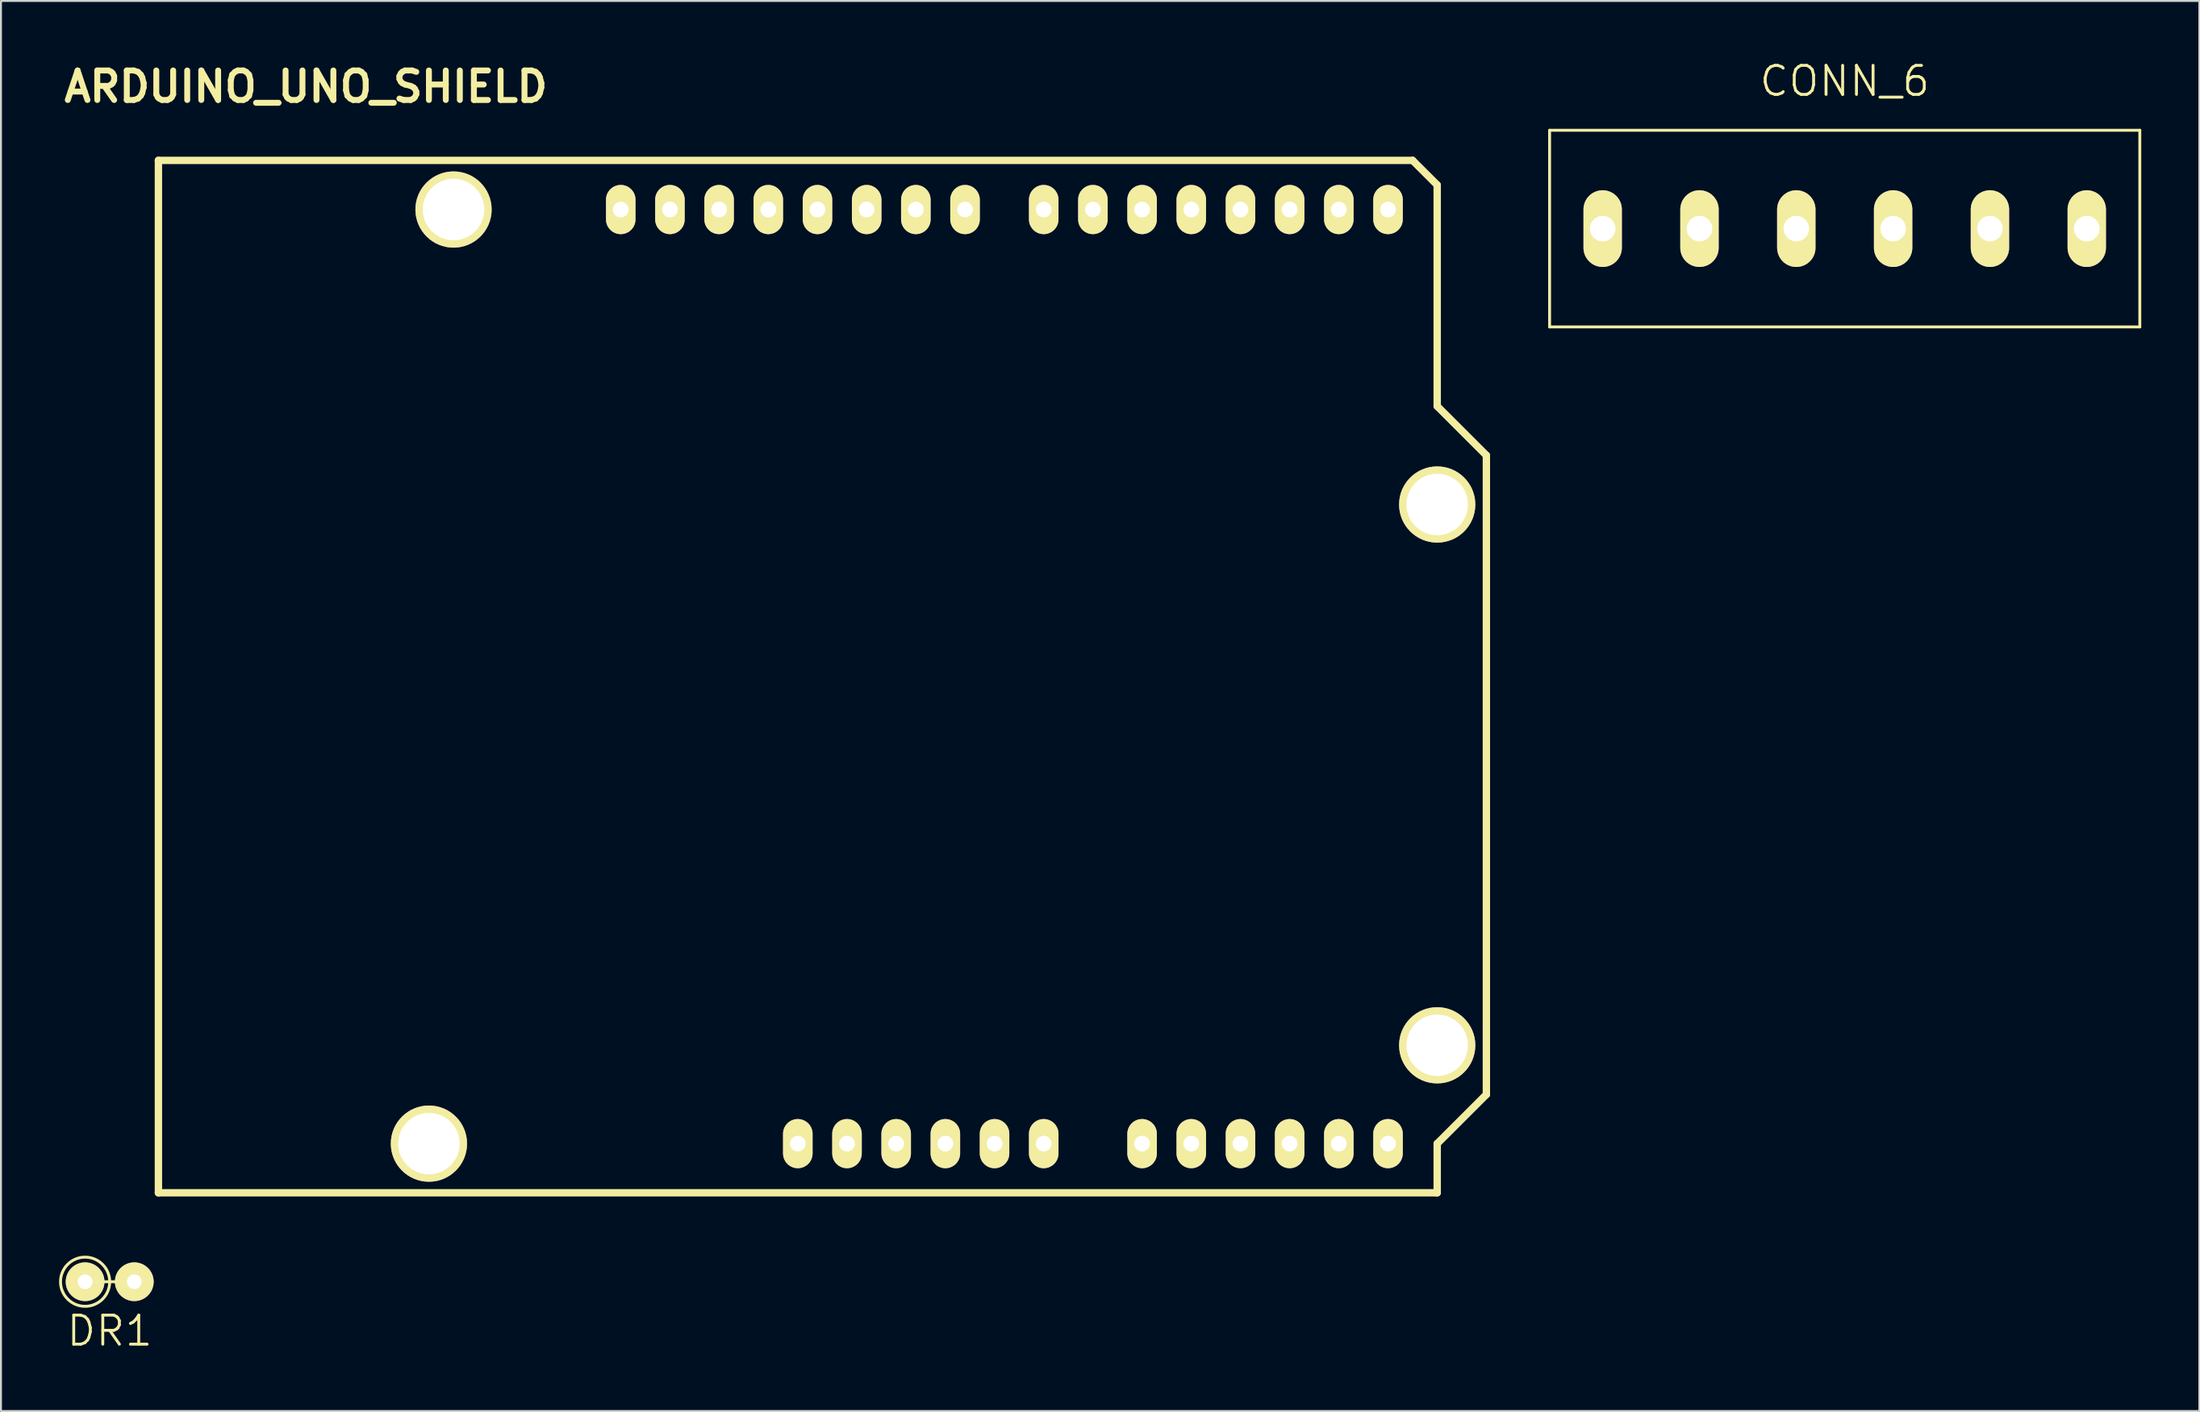
<source format=kicad_pcb>
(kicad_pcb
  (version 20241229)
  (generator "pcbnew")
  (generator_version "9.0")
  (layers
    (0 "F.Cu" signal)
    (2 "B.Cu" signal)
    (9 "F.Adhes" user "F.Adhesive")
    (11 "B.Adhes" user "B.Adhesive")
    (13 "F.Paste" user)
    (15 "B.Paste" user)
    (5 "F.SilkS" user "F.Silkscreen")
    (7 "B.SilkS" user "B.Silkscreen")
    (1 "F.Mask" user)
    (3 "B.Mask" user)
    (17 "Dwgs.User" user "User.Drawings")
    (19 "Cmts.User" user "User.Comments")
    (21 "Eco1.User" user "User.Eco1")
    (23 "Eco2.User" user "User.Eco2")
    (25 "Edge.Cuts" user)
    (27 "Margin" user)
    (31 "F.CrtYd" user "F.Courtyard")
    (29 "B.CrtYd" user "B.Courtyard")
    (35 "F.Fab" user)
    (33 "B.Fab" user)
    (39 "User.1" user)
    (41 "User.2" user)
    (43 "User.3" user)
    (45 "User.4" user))
  (footprint "CONN_6"
    (layer "F.Cu")
    (at 92.216 8.761)
    (property "Reference" "CONN_6" (at 0 -7.62 0) (layer "F.SilkS") (effects (font (size 1.5 1.5) (thickness 0.15))))
    (attr through_hole)
    (fp_line (start -15.24 -5.08) (end 15.24 -5.08) (stroke (width 0.15) (type solid)) (layer "F.SilkS"))
    (fp_line (start -15.24 5.08) (end -15.24 -5.08) (stroke (width 0.15) (type solid)) (layer "F.SilkS"))
    (fp_line (start 15.24 -5.08) (end 15.24 5.08) (stroke (width 0.15) (type solid)) (layer "F.SilkS"))
    (fp_line (start 15.24 5.08) (end -15.24 5.08) (stroke (width 0.15) (type solid)) (layer "F.SilkS"))
    (pad "1" thru_hole oval (at -12.5 0) (size 1.981 3.962) (drill 1.321) (layers "*.Cu" "*.Mask" "F.SilkS"))
    (pad "2" thru_hole oval (at -7.5 0) (size 1.981 3.962) (drill 1.321) (layers "*.Cu" "*.Mask" "F.SilkS"))
    (pad "3" thru_hole oval (at -2.5 0) (size 1.981 3.962) (drill 1.321) (layers "*.Cu" "*.Mask" "F.SilkS"))
    (pad "4" thru_hole oval (at 2.5 0) (size 1.981 3.962) (drill 1.321) (layers "*.Cu" "*.Mask" "F.SilkS"))
    (pad "5" thru_hole oval (at 7.5 0) (size 1.981 3.962) (drill 1.321) (layers "*.Cu" "*.Mask" "F.SilkS"))
    (pad "6" thru_hole oval (at 12.5 0) (size 1.981 3.962) (drill 1.321) (layers "*.Cu" "*.Mask" "F.SilkS")))
  (footprint "DR1"
    (layer "F.Cu")
    (at 2.615 63.171)
    (property "Reference" "DR1" (at 0 2.54 0) (layer "F.SilkS") (effects (font (size 1.5 1.5) (thickness 0.15))))
    (attr through_hole)
    (fp_line (start -1.27 0) (end 1.27 0) (stroke (width 0.15) (type solid)) (layer "F.SilkS"))
    (fp_circle (center -1.27 0) (end -2.54 0) (stroke (width 0.15) (type solid)) (fill no) (layer "F.SilkS"))
    (pad "1" thru_hole circle (at -1.27 0) (size 2 2) (drill 0.762) (layers "*.Cu" "*.Mask" "F.SilkS"))
    (pad "2" thru_hole circle (at 1.27 0) (size 2 2) (drill 0.762) (layers "*.Cu" "*.Mask" "F.SilkS")))
  (footprint "ARDUINO_UNO_SHIELD"
    (layer "F.Cu")
    (at 5.131 58.576)
    (property "Reference" "ARDUINO_UNO_SHIELD" (at 7.62 -57.15 0) (layer "F.SilkS") (effects (font (size 1.524 1.524) (thickness 0.305))))
    (attr through_hole)
    (fp_line (start 0 0) (end 0 -53.34) (stroke (width 0.381) (type solid)) (layer "F.SilkS"))
    (fp_line (start 64.77 -53.34) (end 0 -53.34) (stroke (width 0.381) (type solid)) (layer "F.SilkS"))
    (fp_line (start 66.04 -52.07) (end 64.77 -53.34) (stroke (width 0.381) (type solid)) (layer "F.SilkS"))
    (fp_line (start 66.04 -40.64) (end 66.04 -52.07) (stroke (width 0.381) (type solid)) (layer "F.SilkS"))
    (fp_line (start 66.04 -40.64) (end 68.58 -38.1) (stroke (width 0.381) (type solid)) (layer "F.SilkS"))
    (fp_line (start 66.04 -2.54) (end 66.04 0) (stroke (width 0.381) (type solid)) (layer "F.SilkS"))
    (fp_line (start 66.04 0) (end 0 0) (stroke (width 0.381) (type solid)) (layer "F.SilkS"))
    (fp_line (start 68.58 -38.1) (end 68.58 -5.08) (stroke (width 0.381) (type solid)) (layer "F.SilkS"))
    (fp_line (start 68.58 -5.08) (end 66.04 -2.54) (stroke (width 0.381) (type solid)) (layer "F.SilkS"))
    (pad "" thru_hole circle (at 13.97 -2.54 90) (size 3.937 3.937) (drill 3.175) (layers "*.Cu" "*.Mask" "F.SilkS"))
    (pad "" thru_hole circle (at 15.24 -50.8 90) (size 3.937 3.937) (drill 3.175) (layers "*.Cu" "*.Mask" "F.SilkS"))
    (pad "" thru_hole circle (at 66.04 -35.56 90) (size 3.937 3.937) (drill 3.175) (layers "*.Cu" "*.Mask" "F.SilkS"))
    (pad "" thru_hole circle (at 66.04 -7.62 90) (size 3.937 3.937) (drill 3.175) (layers "*.Cu" "*.Mask" "F.SilkS"))
    (pad "0" thru_hole oval (at 63.5 -50.8 90) (size 2.54 1.524) (drill 0.813) (layers "*.Cu" "*.Mask" "F.SilkS"))
    (pad "1" thru_hole oval (at 60.96 -50.8 90) (size 2.54 1.524) (drill 0.813) (layers "*.Cu" "*.Mask" "F.SilkS"))
    (pad "2" thru_hole oval (at 58.42 -50.8 90) (size 2.54 1.524) (drill 0.813) (layers "*.Cu" "*.Mask" "F.SilkS"))
    (pad "3" thru_hole oval (at 55.88 -50.8 90) (size 2.54 1.524) (drill 0.813) (layers "*.Cu" "*.Mask" "F.SilkS"))
    (pad "3V3" thru_hole oval (at 35.56 -2.54 90) (size 2.54 1.524) (drill 0.813) (layers "*.Cu" "*.Mask" "F.SilkS"))
    (pad "4" thru_hole oval (at 53.34 -50.8 90) (size 2.54 1.524) (drill 0.813) (layers "*.Cu" "*.Mask" "F.SilkS"))
    (pad "5" thru_hole oval (at 50.8 -50.8 90) (size 2.54 1.524) (drill 0.813) (layers "*.Cu" "*.Mask" "F.SilkS"))
    (pad "5V" thru_hole oval (at 38.1 -2.54 90) (size 2.54 1.524) (drill 0.813) (layers "*.Cu" "*.Mask" "F.SilkS"))
    (pad "6" thru_hole oval (at 48.26 -50.8 90) (size 2.54 1.524) (drill 0.813) (layers "*.Cu" "*.Mask" "F.SilkS"))
    (pad "7" thru_hole oval (at 45.72 -50.8 90) (size 2.54 1.524) (drill 0.813) (layers "*.Cu" "*.Mask" "F.SilkS"))
    (pad "8" thru_hole oval (at 41.656 -50.8 90) (size 2.54 1.524) (drill 0.813) (layers "*.Cu" "*.Mask" "F.SilkS"))
    (pad "9" thru_hole oval (at 39.116 -50.8 90) (size 2.54 1.524) (drill 0.813) (layers "*.Cu" "*.Mask" "F.SilkS"))
    (pad "10" thru_hole oval (at 36.576 -50.8 90) (size 2.54 1.524) (drill 0.813) (layers "*.Cu" "*.Mask" "F.SilkS"))
    (pad "11" thru_hole oval (at 34.036 -50.8 90) (size 2.54 1.524) (drill 0.813) (layers "*.Cu" "*.Mask" "F.SilkS"))
    (pad "12" thru_hole oval (at 31.496 -50.8 90) (size 2.54 1.524) (drill 0.813) (layers "*.Cu" "*.Mask" "F.SilkS"))
    (pad "13" thru_hole oval (at 28.956 -50.8 90) (size 2.54 1.524) (drill 0.813) (layers "*.Cu" "*.Mask" "F.SilkS"))
    (pad "AD0" thru_hole oval (at 50.8 -2.54 90) (size 2.54 1.524) (drill 0.813) (layers "*.Cu" "*.Mask" "F.SilkS"))
    (pad "AD1" thru_hole oval (at 53.34 -2.54 90) (size 2.54 1.524) (drill 0.813) (layers "*.Cu" "*.Mask" "F.SilkS"))
    (pad "AD2" thru_hole oval (at 55.88 -2.54 90) (size 2.54 1.524) (drill 0.813) (layers "*.Cu" "*.Mask" "F.SilkS"))
    (pad "AD3" thru_hole oval (at 58.42 -2.54 90) (size 2.54 1.524) (drill 0.813) (layers "*.Cu" "*.Mask" "F.SilkS"))
    (pad "AD4" thru_hole oval (at 60.96 -2.54 90) (size 2.54 1.524) (drill 0.813) (layers "*.Cu" "*.Mask" "F.SilkS"))
    (pad "AD5" thru_hole oval (at 63.5 -2.54 90) (size 2.54 1.524) (drill 0.813) (layers "*.Cu" "*.Mask" "F.SilkS"))
    (pad "AREF" thru_hole oval (at 23.876 -50.8 90) (size 2.54 1.524) (drill 0.813) (layers "*.Cu" "*.Mask" "F.SilkS"))
    (pad "GND1" thru_hole oval (at 40.64 -2.54 90) (size 2.54 1.524) (drill 0.813) (layers "*.Cu" "*.Mask" "F.SilkS"))
    (pad "GND2" thru_hole oval (at 43.18 -2.54 90) (size 2.54 1.524) (drill 0.813) (layers "*.Cu" "*.Mask" "F.SilkS"))
    (pad "GND3" thru_hole oval (at 26.416 -50.8 90) (size 2.54 1.524) (drill 0.813) (layers "*.Cu" "*.Mask" "F.SilkS"))
    (pad "RST" thru_hole oval (at 33.02 -2.54 90) (size 2.54 1.524) (drill 0.813) (layers "*.Cu" "*.Mask" "F.SilkS"))
    (pad "V_IN" thru_hole oval (at 45.72 -2.54 90) (size 2.54 1.524) (drill 0.813) (layers "*.Cu" "*.Mask" "F.SilkS")))
  (gr_rect
    (start -3 -3)
    (end 110.531 69.852)
    (stroke (width 0.1) (type default))
    (fill no)
    (layer "Edge.Cuts")))
</source>
